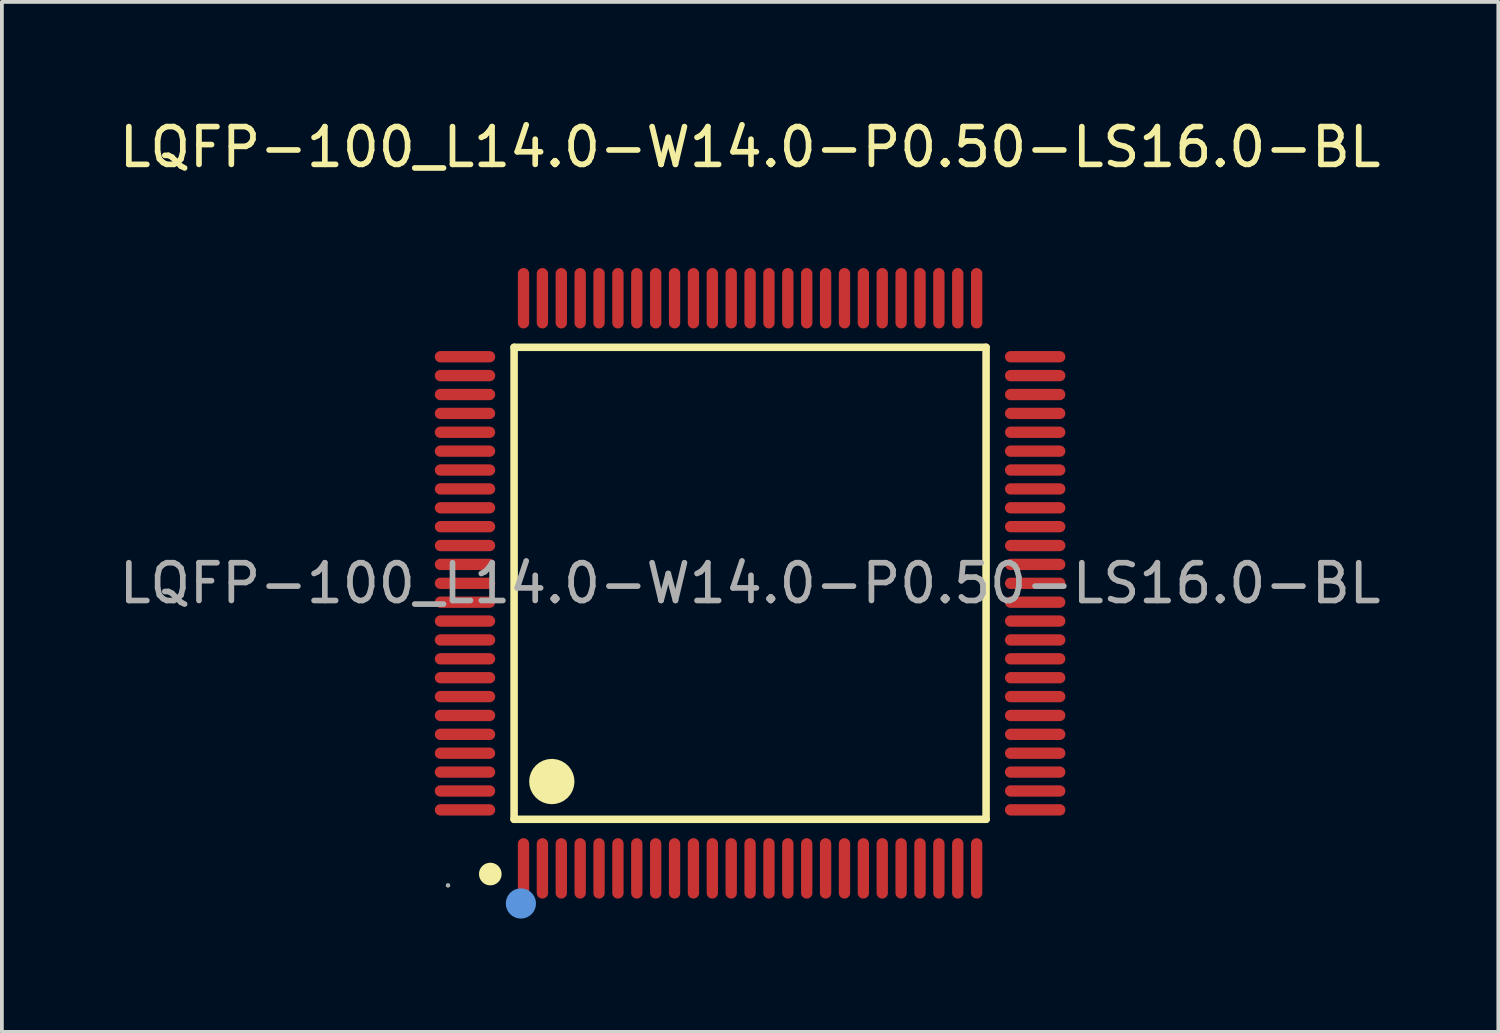
<source format=kicad_pcb>
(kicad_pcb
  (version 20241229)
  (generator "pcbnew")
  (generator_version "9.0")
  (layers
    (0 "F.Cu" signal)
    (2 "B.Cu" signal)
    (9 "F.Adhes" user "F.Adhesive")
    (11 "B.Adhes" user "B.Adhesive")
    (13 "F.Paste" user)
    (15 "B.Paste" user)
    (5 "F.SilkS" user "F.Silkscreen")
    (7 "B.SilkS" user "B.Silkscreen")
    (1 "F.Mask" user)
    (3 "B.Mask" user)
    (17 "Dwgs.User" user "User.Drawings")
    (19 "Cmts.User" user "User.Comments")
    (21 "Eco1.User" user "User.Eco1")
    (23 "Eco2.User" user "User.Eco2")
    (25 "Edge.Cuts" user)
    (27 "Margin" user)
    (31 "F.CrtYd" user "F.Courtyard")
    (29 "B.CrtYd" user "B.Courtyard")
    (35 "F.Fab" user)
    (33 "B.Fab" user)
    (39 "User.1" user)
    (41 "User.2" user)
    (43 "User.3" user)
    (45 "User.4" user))
  (footprint "LQFP-100_L14.0-W14.0-P0.50-LS16.0-BL"
    (layer "F.Cu")
    (at 16.815 12.398)
    (property "Reference" "LQFP-100_L14.0-W14.0-P0.50-LS16.0-BL" (at 0 -11.55 0) (layer "F.SilkS") (effects (font (size 1 1) (thickness 0.15))))
    (attr smd)
    (fp_line (start -6.25 -6.25) (end -6.25 6.25) (stroke (width 0.2) (type solid)) (layer "F.SilkS"))
    (fp_line (start -6.25 6.25) (end 6.25 6.25) (stroke (width 0.2) (type solid)) (layer "F.SilkS"))
    (fp_line (start 6.25 -6.25) (end -6.25 -6.25) (stroke (width 0.2) (type solid)) (layer "F.SilkS"))
    (fp_line (start 6.25 6.25) (end 6.25 -6.25) (stroke (width 0.2) (type solid)) (layer "F.SilkS"))
    (fp_arc (start -6.88 7.7) (mid -6.88 7.7) (end -6.88 7.7) (stroke (width 0.3) (type solid)) (layer "F.SilkS"))
    (fp_arc (start -5.24 4.95) (mid -5.254999 5.550125) (end -5.250004 4.949833) (stroke (width 0.6) (type solid)) (layer "F.SilkS"))
    (fp_circle (center -6.07 8.48) (end -5.87 8.48) (stroke (width 0.4) (type solid)) (fill no) (layer "Cmts.User"))
    (fp_circle (center -8 8) (end -7.97 8) (stroke (width 0.06) (type solid)) (fill no) (layer "F.Fab"))
    (fp_text user "${REFERENCE}" (at 0 0 0) (layer "F.Fab") (effects (font (size 1 1) (thickness 0.15))))
    (pad "1" smd oval (at -6 7.55) (size 0.3 1.6) (layers "F.Cu" "F.Mask" "F.Paste"))
    (pad "2" smd oval (at -5.5 7.55) (size 0.3 1.6) (layers "F.Cu" "F.Mask" "F.Paste"))
    (pad "3" smd oval (at -5 7.55) (size 0.3 1.6) (layers "F.Cu" "F.Mask" "F.Paste"))
    (pad "4" smd oval (at -4.5 7.55) (size 0.3 1.6) (layers "F.Cu" "F.Mask" "F.Paste"))
    (pad "5" smd oval (at -4 7.55) (size 0.3 1.6) (layers "F.Cu" "F.Mask" "F.Paste"))
    (pad "6" smd oval (at -3.5 7.55) (size 0.3 1.6) (layers "F.Cu" "F.Mask" "F.Paste"))
    (pad "7" smd oval (at -3 7.55) (size 0.3 1.6) (layers "F.Cu" "F.Mask" "F.Paste"))
    (pad "8" smd oval (at -2.5 7.55) (size 0.3 1.6) (layers "F.Cu" "F.Mask" "F.Paste"))
    (pad "9" smd oval (at -2 7.55) (size 0.3 1.6) (layers "F.Cu" "F.Mask" "F.Paste"))
    (pad "10" smd oval (at -1.5 7.55) (size 0.3 1.6) (layers "F.Cu" "F.Mask" "F.Paste"))
    (pad "11" smd oval (at -1 7.55) (size 0.3 1.6) (layers "F.Cu" "F.Mask" "F.Paste"))
    (pad "12" smd oval (at -0.5 7.55) (size 0.3 1.6) (layers "F.Cu" "F.Mask" "F.Paste"))
    (pad "13" smd oval (at 0 7.55) (size 0.3 1.6) (layers "F.Cu" "F.Mask" "F.Paste"))
    (pad "14" smd oval (at 0.5 7.55) (size 0.3 1.6) (layers "F.Cu" "F.Mask" "F.Paste"))
    (pad "15" smd oval (at 1 7.55) (size 0.3 1.6) (layers "F.Cu" "F.Mask" "F.Paste"))
    (pad "16" smd oval (at 1.5 7.55) (size 0.3 1.6) (layers "F.Cu" "F.Mask" "F.Paste"))
    (pad "17" smd oval (at 2 7.55) (size 0.3 1.6) (layers "F.Cu" "F.Mask" "F.Paste"))
    (pad "18" smd oval (at 2.5 7.55) (size 0.3 1.6) (layers "F.Cu" "F.Mask" "F.Paste"))
    (pad "19" smd oval (at 3 7.55) (size 0.3 1.6) (layers "F.Cu" "F.Mask" "F.Paste"))
    (pad "20" smd oval (at 3.5 7.55) (size 0.3 1.6) (layers "F.Cu" "F.Mask" "F.Paste"))
    (pad "21" smd oval (at 4 7.55) (size 0.3 1.6) (layers "F.Cu" "F.Mask" "F.Paste"))
    (pad "22" smd oval (at 4.5 7.55) (size 0.3 1.6) (layers "F.Cu" "F.Mask" "F.Paste"))
    (pad "23" smd oval (at 5 7.55) (size 0.3 1.6) (layers "F.Cu" "F.Mask" "F.Paste"))
    (pad "24" smd oval (at 5.5 7.55) (size 0.3 1.6) (layers "F.Cu" "F.Mask" "F.Paste"))
    (pad "25" smd oval (at 6 7.55) (size 0.3 1.6) (layers "F.Cu" "F.Mask" "F.Paste"))
    (pad "26" smd oval (at 7.55 6) (size 1.6 0.3) (layers "F.Cu" "F.Mask" "F.Paste"))
    (pad "27" smd oval (at 7.55 5.5) (size 1.6 0.3) (layers "F.Cu" "F.Mask" "F.Paste"))
    (pad "28" smd oval (at 7.55 5) (size 1.6 0.3) (layers "F.Cu" "F.Mask" "F.Paste"))
    (pad "29" smd oval (at 7.55 4.5) (size 1.6 0.3) (layers "F.Cu" "F.Mask" "F.Paste"))
    (pad "30" smd oval (at 7.55 4) (size 1.6 0.3) (layers "F.Cu" "F.Mask" "F.Paste"))
    (pad "31" smd oval (at 7.55 3.5) (size 1.6 0.3) (layers "F.Cu" "F.Mask" "F.Paste"))
    (pad "32" smd oval (at 7.55 3) (size 1.6 0.3) (layers "F.Cu" "F.Mask" "F.Paste"))
    (pad "33" smd oval (at 7.55 2.5) (size 1.6 0.3) (layers "F.Cu" "F.Mask" "F.Paste"))
    (pad "34" smd oval (at 7.55 2) (size 1.6 0.3) (layers "F.Cu" "F.Mask" "F.Paste"))
    (pad "35" smd oval (at 7.55 1.5) (size 1.6 0.3) (layers "F.Cu" "F.Mask" "F.Paste"))
    (pad "36" smd oval (at 7.55 1) (size 1.6 0.3) (layers "F.Cu" "F.Mask" "F.Paste"))
    (pad "37" smd oval (at 7.55 0.5) (size 1.6 0.3) (layers "F.Cu" "F.Mask" "F.Paste"))
    (pad "38" smd oval (at 7.55 0) (size 1.6 0.3) (layers "F.Cu" "F.Mask" "F.Paste"))
    (pad "39" smd oval (at 7.55 -0.5) (size 1.6 0.3) (layers "F.Cu" "F.Mask" "F.Paste"))
    (pad "40" smd oval (at 7.55 -1) (size 1.6 0.3) (layers "F.Cu" "F.Mask" "F.Paste"))
    (pad "41" smd oval (at 7.55 -1.5) (size 1.6 0.3) (layers "F.Cu" "F.Mask" "F.Paste"))
    (pad "42" smd oval (at 7.55 -2) (size 1.6 0.3) (layers "F.Cu" "F.Mask" "F.Paste"))
    (pad "43" smd oval (at 7.55 -2.5) (size 1.6 0.3) (layers "F.Cu" "F.Mask" "F.Paste"))
    (pad "44" smd oval (at 7.55 -3) (size 1.6 0.3) (layers "F.Cu" "F.Mask" "F.Paste"))
    (pad "45" smd oval (at 7.55 -3.5) (size 1.6 0.3) (layers "F.Cu" "F.Mask" "F.Paste"))
    (pad "46" smd oval (at 7.55 -4) (size 1.6 0.3) (layers "F.Cu" "F.Mask" "F.Paste"))
    (pad "47" smd oval (at 7.55 -4.5) (size 1.6 0.3) (layers "F.Cu" "F.Mask" "F.Paste"))
    (pad "48" smd oval (at 7.55 -5) (size 1.6 0.3) (layers "F.Cu" "F.Mask" "F.Paste"))
    (pad "49" smd oval (at 7.55 -5.5) (size 1.6 0.3) (layers "F.Cu" "F.Mask" "F.Paste"))
    (pad "50" smd oval (at 7.55 -6) (size 1.6 0.3) (layers "F.Cu" "F.Mask" "F.Paste"))
    (pad "51" smd oval (at 6 -7.55) (size 0.3 1.6) (layers "F.Cu" "F.Mask" "F.Paste"))
    (pad "52" smd oval (at 5.5 -7.55) (size 0.3 1.6) (layers "F.Cu" "F.Mask" "F.Paste"))
    (pad "53" smd oval (at 5 -7.55) (size 0.3 1.6) (layers "F.Cu" "F.Mask" "F.Paste"))
    (pad "54" smd oval (at 4.5 -7.55) (size 0.3 1.6) (layers "F.Cu" "F.Mask" "F.Paste"))
    (pad "55" smd oval (at 4 -7.55) (size 0.3 1.6) (layers "F.Cu" "F.Mask" "F.Paste"))
    (pad "56" smd oval (at 3.5 -7.55) (size 0.3 1.6) (layers "F.Cu" "F.Mask" "F.Paste"))
    (pad "57" smd oval (at 3 -7.55) (size 0.3 1.6) (layers "F.Cu" "F.Mask" "F.Paste"))
    (pad "58" smd oval (at 2.5 -7.55) (size 0.3 1.6) (layers "F.Cu" "F.Mask" "F.Paste"))
    (pad "59" smd oval (at 2 -7.55) (size 0.3 1.6) (layers "F.Cu" "F.Mask" "F.Paste"))
    (pad "60" smd oval (at 1.5 -7.55) (size 0.3 1.6) (layers "F.Cu" "F.Mask" "F.Paste"))
    (pad "61" smd oval (at 1 -7.55) (size 0.3 1.6) (layers "F.Cu" "F.Mask" "F.Paste"))
    (pad "62" smd oval (at 0.5 -7.55) (size 0.3 1.6) (layers "F.Cu" "F.Mask" "F.Paste"))
    (pad "63" smd oval (at 0 -7.55) (size 0.3 1.6) (layers "F.Cu" "F.Mask" "F.Paste"))
    (pad "64" smd oval (at -0.5 -7.55) (size 0.3 1.6) (layers "F.Cu" "F.Mask" "F.Paste"))
    (pad "65" smd oval (at -1 -7.55) (size 0.3 1.6) (layers "F.Cu" "F.Mask" "F.Paste"))
    (pad "66" smd oval (at -1.5 -7.55) (size 0.3 1.6) (layers "F.Cu" "F.Mask" "F.Paste"))
    (pad "67" smd oval (at -2 -7.55) (size 0.3 1.6) (layers "F.Cu" "F.Mask" "F.Paste"))
    (pad "68" smd oval (at -2.5 -7.55) (size 0.3 1.6) (layers "F.Cu" "F.Mask" "F.Paste"))
    (pad "69" smd oval (at -3 -7.55) (size 0.3 1.6) (layers "F.Cu" "F.Mask" "F.Paste"))
    (pad "70" smd oval (at -3.5 -7.55) (size 0.3 1.6) (layers "F.Cu" "F.Mask" "F.Paste"))
    (pad "71" smd oval (at -4 -7.55) (size 0.3 1.6) (layers "F.Cu" "F.Mask" "F.Paste"))
    (pad "72" smd oval (at -4.5 -7.55) (size 0.3 1.6) (layers "F.Cu" "F.Mask" "F.Paste"))
    (pad "73" smd oval (at -5 -7.55) (size 0.3 1.6) (layers "F.Cu" "F.Mask" "F.Paste"))
    (pad "74" smd oval (at -5.5 -7.55) (size 0.3 1.6) (layers "F.Cu" "F.Mask" "F.Paste"))
    (pad "75" smd oval (at -6 -7.55) (size 0.3 1.6) (layers "F.Cu" "F.Mask" "F.Paste"))
    (pad "76" smd oval (at -7.55 -6) (size 1.6 0.3) (layers "F.Cu" "F.Mask" "F.Paste"))
    (pad "77" smd oval (at -7.55 -5.5) (size 1.6 0.3) (layers "F.Cu" "F.Mask" "F.Paste"))
    (pad "78" smd oval (at -7.55 -5) (size 1.6 0.3) (layers "F.Cu" "F.Mask" "F.Paste"))
    (pad "79" smd oval (at -7.55 -4.5) (size 1.6 0.3) (layers "F.Cu" "F.Mask" "F.Paste"))
    (pad "80" smd oval (at -7.55 -4) (size 1.6 0.3) (layers "F.Cu" "F.Mask" "F.Paste"))
    (pad "81" smd oval (at -7.55 -3.5) (size 1.6 0.3) (layers "F.Cu" "F.Mask" "F.Paste"))
    (pad "82" smd oval (at -7.55 -3) (size 1.6 0.3) (layers "F.Cu" "F.Mask" "F.Paste"))
    (pad "83" smd oval (at -7.55 -2.5) (size 1.6 0.3) (layers "F.Cu" "F.Mask" "F.Paste"))
    (pad "84" smd oval (at -7.55 -2) (size 1.6 0.3) (layers "F.Cu" "F.Mask" "F.Paste"))
    (pad "85" smd oval (at -7.55 -1.5) (size 1.6 0.3) (layers "F.Cu" "F.Mask" "F.Paste"))
    (pad "86" smd oval (at -7.55 -1) (size 1.6 0.3) (layers "F.Cu" "F.Mask" "F.Paste"))
    (pad "87" smd oval (at -7.55 -0.5) (size 1.6 0.3) (layers "F.Cu" "F.Mask" "F.Paste"))
    (pad "88" smd oval (at -7.55 0) (size 1.6 0.3) (layers "F.Cu" "F.Mask" "F.Paste"))
    (pad "89" smd oval (at -7.55 0.5) (size 1.6 0.3) (layers "F.Cu" "F.Mask" "F.Paste"))
    (pad "90" smd oval (at -7.55 1) (size 1.6 0.3) (layers "F.Cu" "F.Mask" "F.Paste"))
    (pad "91" smd oval (at -7.55 1.5) (size 1.6 0.3) (layers "F.Cu" "F.Mask" "F.Paste"))
    (pad "92" smd oval (at -7.55 2) (size 1.6 0.3) (layers "F.Cu" "F.Mask" "F.Paste"))
    (pad "93" smd oval (at -7.55 2.5) (size 1.6 0.3) (layers "F.Cu" "F.Mask" "F.Paste"))
    (pad "94" smd oval (at -7.55 3) (size 1.6 0.3) (layers "F.Cu" "F.Mask" "F.Paste"))
    (pad "95" smd oval (at -7.55 3.5) (size 1.6 0.3) (layers "F.Cu" "F.Mask" "F.Paste"))
    (pad "96" smd oval (at -7.55 4) (size 1.6 0.3) (layers "F.Cu" "F.Mask" "F.Paste"))
    (pad "97" smd oval (at -7.55 4.5) (size 1.6 0.3) (layers "F.Cu" "F.Mask" "F.Paste"))
    (pad "98" smd oval (at -7.55 5) (size 1.6 0.3) (layers "F.Cu" "F.Mask" "F.Paste"))
    (pad "99" smd oval (at -7.55 5.5) (size 1.6 0.3) (layers "F.Cu" "F.Mask" "F.Paste"))
    (pad "100" smd oval (at -7.55 6) (size 1.6 0.3) (layers "F.Cu" "F.Mask" "F.Paste")))
  (gr_rect
    (start -3 -3)
    (end 36.631 24.278)
    (stroke (width 0.1) (type default))
    (fill no)
    (layer "Edge.Cuts")))
</source>
